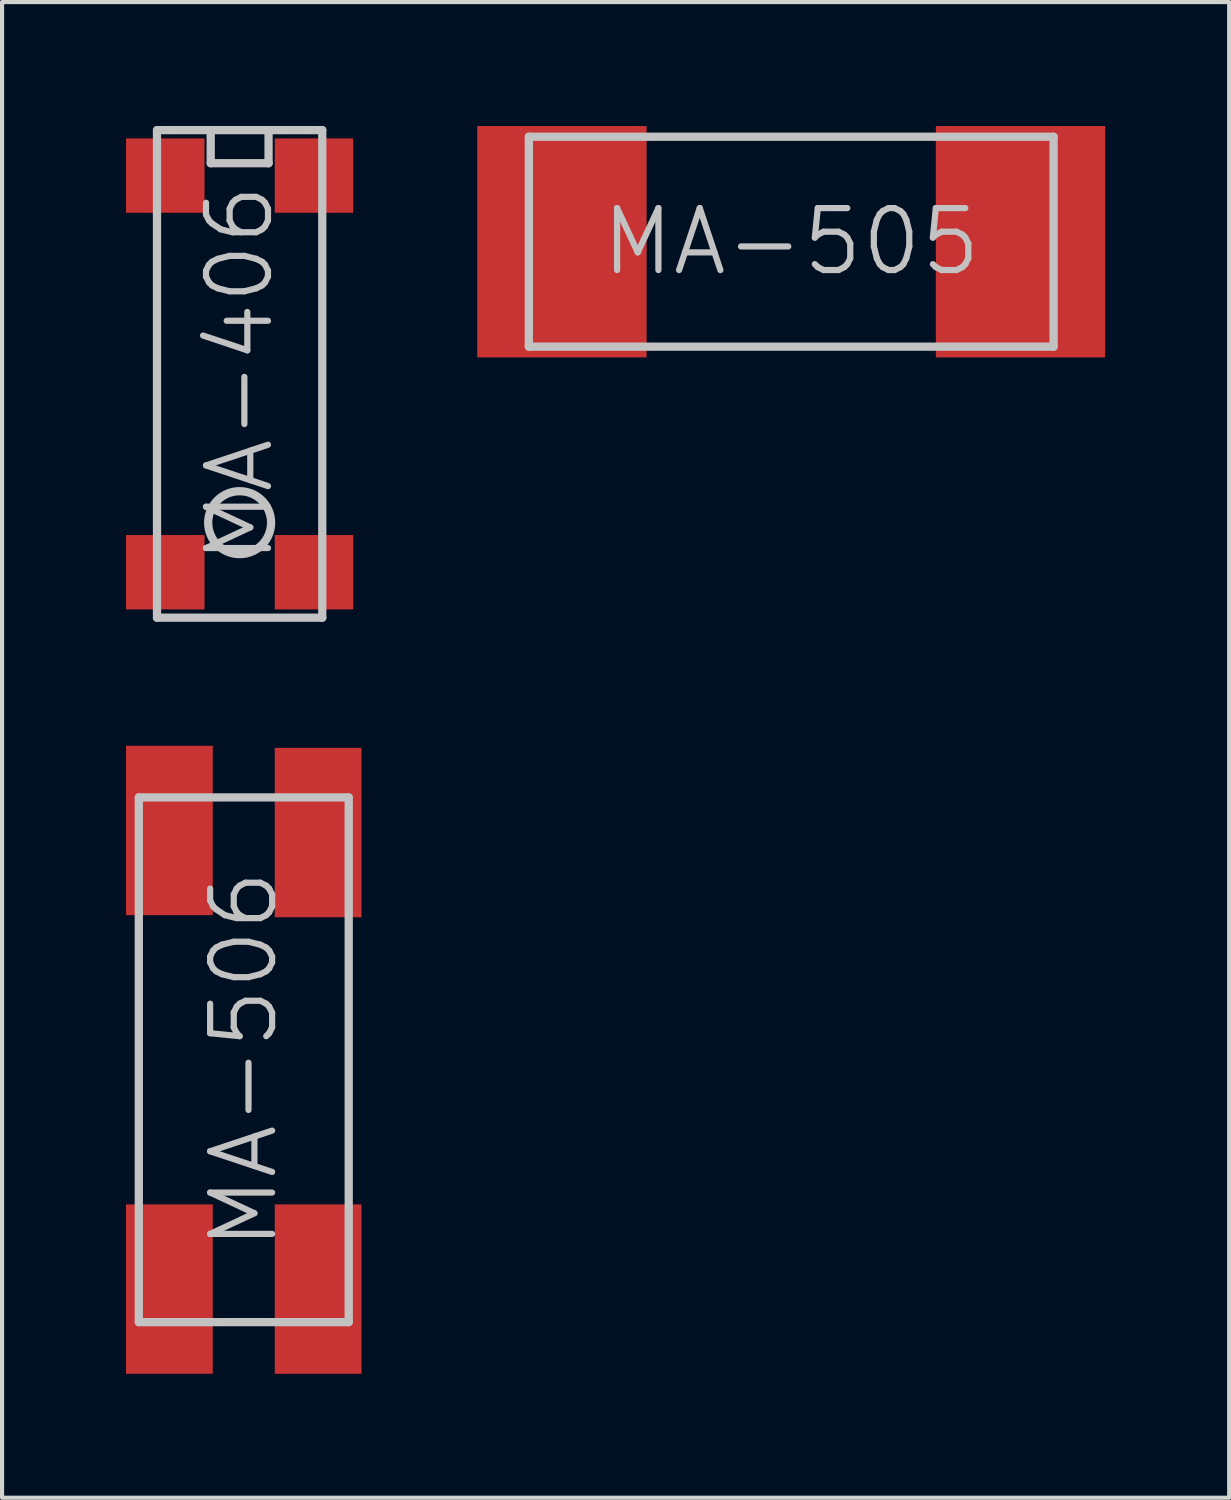
<source format=kicad_pcb>
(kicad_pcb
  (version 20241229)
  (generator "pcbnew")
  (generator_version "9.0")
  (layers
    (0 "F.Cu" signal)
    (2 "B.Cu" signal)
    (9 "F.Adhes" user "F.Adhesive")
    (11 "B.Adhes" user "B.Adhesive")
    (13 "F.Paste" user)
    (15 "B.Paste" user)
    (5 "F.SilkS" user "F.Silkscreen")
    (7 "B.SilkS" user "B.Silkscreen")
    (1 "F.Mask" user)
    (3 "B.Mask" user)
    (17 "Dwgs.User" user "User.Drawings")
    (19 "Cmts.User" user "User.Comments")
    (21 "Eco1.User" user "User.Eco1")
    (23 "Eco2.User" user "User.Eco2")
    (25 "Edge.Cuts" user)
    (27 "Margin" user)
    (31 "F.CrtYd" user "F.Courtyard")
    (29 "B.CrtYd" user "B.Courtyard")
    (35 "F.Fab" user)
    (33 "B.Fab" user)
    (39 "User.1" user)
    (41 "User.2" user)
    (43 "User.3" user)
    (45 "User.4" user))
  (footprint "MA-406"
    (layer "F.Cu")
    (at 2.75 6)
    (property "Reference" "MA-406" (at 0 0 90) (layer "Dwgs.User") (effects (font (size 1.5 1.5) (thickness 0.15))))
    (attr smd)
    (fp_line (start -2 -5.9) (end -2 5.9) (stroke (width 0.2) (type solid)) (layer "Dwgs.User"))
    (fp_line (start -0.7 -5.1) (end -0.7 -5.9) (stroke (width 0.2) (type solid)) (layer "Dwgs.User"))
    (fp_line (start 0.7 -5.9) (end 0.7 -5.1) (stroke (width 0.2) (type solid)) (layer "Dwgs.User"))
    (fp_line (start 0.7 -5.1) (end -0.7 -5.1) (stroke (width 0.2) (type solid)) (layer "Dwgs.User"))
    (fp_line (start 2 -5.9) (end -2 -5.9) (stroke (width 0.2) (type solid)) (layer "Dwgs.User"))
    (fp_line (start 2 -5.9) (end 2 5.9) (stroke (width 0.2) (type solid)) (layer "Dwgs.User"))
    (fp_line (start 2 5.9) (end -2 5.9) (stroke (width 0.2) (type solid)) (layer "Dwgs.User"))
    (fp_circle (center 0 3.6) (end -0.3 2.9) (stroke (width 0.2) (type solid)) (fill no) (layer "Dwgs.User"))
    (pad "1" smd rect (at -1.8 -4.8 270) (size 1.8 1.9) (layers "F.Cu" "F.Mask" "F.Paste"))
    (pad "2" smd rect (at 1.8 -4.8 270) (size 1.8 1.9) (layers "F.Cu" "F.Mask" "F.Paste"))
    (pad "3" smd rect (at -1.8 4.8 270) (size 1.8 1.9) (layers "F.Cu" "F.Mask" "F.Paste"))
    (pad "4" smd rect (at 1.8 4.8 270) (size 1.8 1.9) (layers "F.Cu" "F.Mask" "F.Paste")))
  (footprint "MA-506"
    (layer "F.Cu")
    (at 2.85 22.6)
    (property "Reference" "MA-506" (at 0 0 90) (layer "Dwgs.User") (effects (font (size 1.5 1.5) (thickness 0.15))))
    (attr smd)
    (fp_line (start -2.54 -6.35) (end -2.54 6.35) (stroke (width 0.2) (type solid)) (layer "Dwgs.User"))
    (fp_line (start 2.54 -6.35) (end -2.54 -6.35) (stroke (width 0.2) (type solid)) (layer "Dwgs.User"))
    (fp_line (start 2.54 -6.35) (end 2.54 6.35) (stroke (width 0.2) (type solid)) (layer "Dwgs.User"))
    (fp_line (start 2.54 6.35) (end -2.54 6.35) (stroke (width 0.2) (type solid)) (layer "Dwgs.User"))
    (pad "1" smd rect (at -1.8 -5.55 270) (size 4.1 2.1) (layers "F.Cu" "F.Mask" "F.Paste"))
    (pad "2" smd rect (at 1.8 -5.5 270) (size 4.1 2.1) (layers "F.Cu" "F.Mask" "F.Paste"))
    (pad "3" smd rect (at -1.8 5.55 270) (size 4.1 2.1) (layers "F.Cu" "F.Mask" "F.Paste"))
    (pad "4" smd rect (at 1.8 5.55 270) (size 4.1 2.1) (layers "F.Cu" "F.Mask" "F.Paste")))
  (footprint "MA-505"
    (layer "F.Cu")
    (at 16.1 2.8)
    (property "Reference" "MA-505" (at 0 0 0) (layer "Dwgs.User") (effects (font (size 1.5 1.5) (thickness 0.15))))
    (attr smd)
    (fp_line (start -6.35 -2.54) (end -6.35 2.54) (stroke (width 0.2) (type solid)) (layer "Dwgs.User"))
    (fp_line (start -6.35 -2.54) (end 6.35 -2.54) (stroke (width 0.2) (type solid)) (layer "Dwgs.User"))
    (fp_line (start -6.35 2.54) (end 6.35 2.54) (stroke (width 0.2) (type solid)) (layer "Dwgs.User"))
    (fp_line (start 6.35 -2.54) (end 6.35 2.54) (stroke (width 0.2) (type solid)) (layer "Dwgs.User"))
    (pad "1" smd rect (at -5.55 0) (size 4.1 5.6) (layers "F.Cu" "F.Mask" "F.Paste"))
    (pad "2" smd rect (at 5.55 0) (size 4.1 5.6) (layers "F.Cu" "F.Mask" "F.Paste")))
  (gr_rect
    (start -3 -3)
    (end 26.7 33.2)
    (stroke (width 0.1) (type default))
    (fill no)
    (layer "Edge.Cuts")))
</source>
